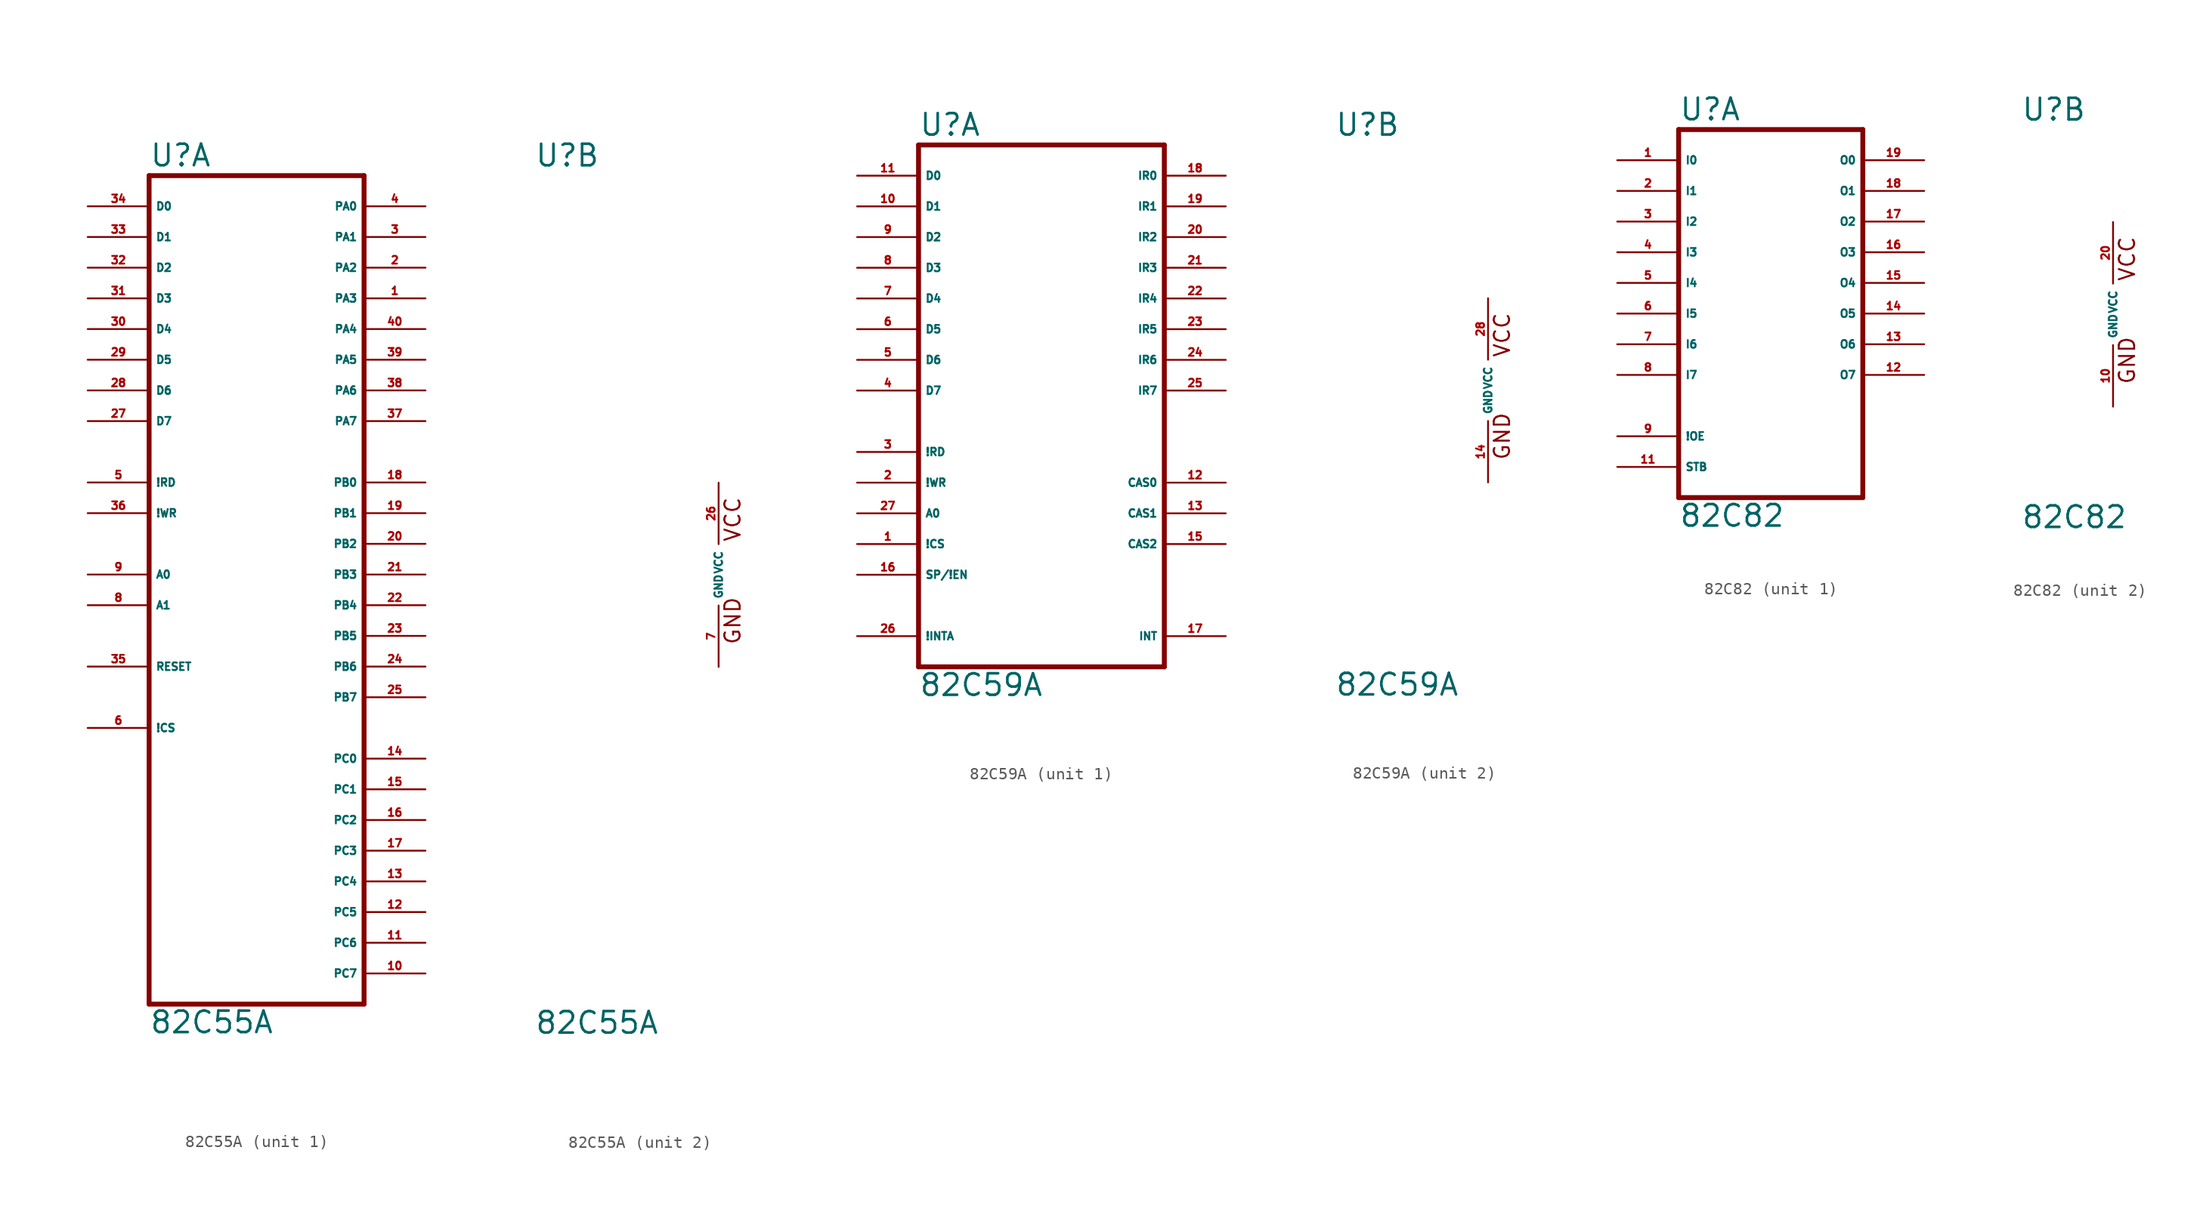
<source format=kicad_sym>
(kicad_symbol_lib
  (version 20220914)
  (generator Eagle2Kicad)
  (symbol "82C55A"
    (property "Reference" "U"
      (at -15.24 33.655 0)
      (effects (font (size 1.778 1.778) (thickness 0.22)) (justify left bottom)))
    (property "Value" "82C55A"
      (at -15.24 -38.1 0)
      (effects (font (size 1.778 1.778) (thickness 0.22)) (justify left bottom)))
    (symbol "82C55A_1_0"
      (polyline (pts (xy -15.24 -35.56) (xy 2.54 -35.56)) (stroke (width 0.406) (type default)) (fill (type none)))
      (polyline (pts (xy 2.54 -35.56) (xy 2.54 33.02)) (stroke (width 0.406) (type default)) (fill (type none)))
      (polyline (pts (xy 2.54 33.02) (xy -15.24 33.02)) (stroke (width 0.406) (type default)) (fill (type none)))
      (polyline (pts (xy -15.24 33.02) (xy -15.24 -35.56)) (stroke (width 0.406) (type default)) (fill (type none)))
      (pin bidirectional line (at 7.62 22.86 180) (length 5.08) (name "PA3" (effects (font (size 0.635 0.635) (thickness 0.08)) (justify left bottom))) (number "1" (effects (font (size 0.635 0.635) (thickness 0.08)) (justify left bottom))))
      (pin bidirectional line (at 7.62 25.4 180) (length 5.08) (name "PA2" (effects (font (size 0.635 0.635) (thickness 0.08)) (justify left bottom))) (number "2" (effects (font (size 0.635 0.635) (thickness 0.08)) (justify left bottom))))
      (pin bidirectional line (at 7.62 27.94 180) (length 5.08) (name "PA1" (effects (font (size 0.635 0.635) (thickness 0.08)) (justify left bottom))) (number "3" (effects (font (size 0.635 0.635) (thickness 0.08)) (justify left bottom))))
      (pin bidirectional line (at 7.62 30.48 180) (length 5.08) (name "PA0" (effects (font (size 0.635 0.635) (thickness 0.08)) (justify left bottom))) (number "4" (effects (font (size 0.635 0.635) (thickness 0.08)) (justify left bottom))))
      (pin input line (at -20.32 7.62 0) (length 5.08) (name "!RD" (effects (font (size 0.635 0.635) (thickness 0.08)) (justify left bottom))) (number "5" (effects (font (size 0.635 0.635) (thickness 0.08)) (justify left bottom))))
      (pin input line (at -20.32 -12.7 0) (length 5.08) (name "!CS" (effects (font (size 0.635 0.635) (thickness 0.08)) (justify left bottom))) (number "6" (effects (font (size 0.635 0.635) (thickness 0.08)) (justify left bottom))))
      (pin input line (at -20.32 -2.54 0) (length 5.08) (name "A1" (effects (font (size 0.635 0.635) (thickness 0.08)) (justify left bottom))) (number "8" (effects (font (size 0.635 0.635) (thickness 0.08)) (justify left bottom))))
      (pin input line (at -20.32 0 0) (length 5.08) (name "A0" (effects (font (size 0.635 0.635) (thickness 0.08)) (justify left bottom))) (number "9" (effects (font (size 0.635 0.635) (thickness 0.08)) (justify left bottom))))
      (pin bidirectional line (at 7.62 -33.02 180) (length 5.08) (name "PC7" (effects (font (size 0.635 0.635) (thickness 0.08)) (justify left bottom))) (number "10" (effects (font (size 0.635 0.635) (thickness 0.08)) (justify left bottom))))
      (pin bidirectional line (at 7.62 -30.48 180) (length 5.08) (name "PC6" (effects (font (size 0.635 0.635) (thickness 0.08)) (justify left bottom))) (number "11" (effects (font (size 0.635 0.635) (thickness 0.08)) (justify left bottom))))
      (pin bidirectional line (at 7.62 -27.94 180) (length 5.08) (name "PC5" (effects (font (size 0.635 0.635) (thickness 0.08)) (justify left bottom))) (number "12" (effects (font (size 0.635 0.635) (thickness 0.08)) (justify left bottom))))
      (pin bidirectional line (at 7.62 -25.4 180) (length 5.08) (name "PC4" (effects (font (size 0.635 0.635) (thickness 0.08)) (justify left bottom))) (number "13" (effects (font (size 0.635 0.635) (thickness 0.08)) (justify left bottom))))
      (pin bidirectional line (at 7.62 -15.24 180) (length 5.08) (name "PC0" (effects (font (size 0.635 0.635) (thickness 0.08)) (justify left bottom))) (number "14" (effects (font (size 0.635 0.635) (thickness 0.08)) (justify left bottom))))
      (pin bidirectional line (at 7.62 -17.78 180) (length 5.08) (name "PC1" (effects (font (size 0.635 0.635) (thickness 0.08)) (justify left bottom))) (number "15" (effects (font (size 0.635 0.635) (thickness 0.08)) (justify left bottom))))
      (pin bidirectional line (at 7.62 -20.32 180) (length 5.08) (name "PC2" (effects (font (size 0.635 0.635) (thickness 0.08)) (justify left bottom))) (number "16" (effects (font (size 0.635 0.635) (thickness 0.08)) (justify left bottom))))
      (pin bidirectional line (at 7.62 -22.86 180) (length 5.08) (name "PC3" (effects (font (size 0.635 0.635) (thickness 0.08)) (justify left bottom))) (number "17" (effects (font (size 0.635 0.635) (thickness 0.08)) (justify left bottom))))
      (pin bidirectional line (at 7.62 7.62 180) (length 5.08) (name "PB0" (effects (font (size 0.635 0.635) (thickness 0.08)) (justify left bottom))) (number "18" (effects (font (size 0.635 0.635) (thickness 0.08)) (justify left bottom))))
      (pin bidirectional line (at 7.62 5.08 180) (length 5.08) (name "PB1" (effects (font (size 0.635 0.635) (thickness 0.08)) (justify left bottom))) (number "19" (effects (font (size 0.635 0.635) (thickness 0.08)) (justify left bottom))))
      (pin bidirectional line (at 7.62 2.54 180) (length 5.08) (name "PB2" (effects (font (size 0.635 0.635) (thickness 0.08)) (justify left bottom))) (number "20" (effects (font (size 0.635 0.635) (thickness 0.08)) (justify left bottom))))
      (pin bidirectional line (at 7.62 0 180) (length 5.08) (name "PB3" (effects (font (size 0.635 0.635) (thickness 0.08)) (justify left bottom))) (number "21" (effects (font (size 0.635 0.635) (thickness 0.08)) (justify left bottom))))
      (pin bidirectional line (at 7.62 -2.54 180) (length 5.08) (name "PB4" (effects (font (size 0.635 0.635) (thickness 0.08)) (justify left bottom))) (number "22" (effects (font (size 0.635 0.635) (thickness 0.08)) (justify left bottom))))
      (pin bidirectional line (at 7.62 -5.08 180) (length 5.08) (name "PB5" (effects (font (size 0.635 0.635) (thickness 0.08)) (justify left bottom))) (number "23" (effects (font (size 0.635 0.635) (thickness 0.08)) (justify left bottom))))
      (pin bidirectional line (at 7.62 -7.62 180) (length 5.08) (name "PB6" (effects (font (size 0.635 0.635) (thickness 0.08)) (justify left bottom))) (number "24" (effects (font (size 0.635 0.635) (thickness 0.08)) (justify left bottom))))
      (pin bidirectional line (at 7.62 -10.16 180) (length 5.08) (name "PB7" (effects (font (size 0.635 0.635) (thickness 0.08)) (justify left bottom))) (number "25" (effects (font (size 0.635 0.635) (thickness 0.08)) (justify left bottom))))
      (pin bidirectional line (at -20.32 12.7 0) (length 5.08) (name "D7" (effects (font (size 0.635 0.635) (thickness 0.08)) (justify left bottom))) (number "27" (effects (font (size 0.635 0.635) (thickness 0.08)) (justify left bottom))))
      (pin bidirectional line (at -20.32 15.24 0) (length 5.08) (name "D6" (effects (font (size 0.635 0.635) (thickness 0.08)) (justify left bottom))) (number "28" (effects (font (size 0.635 0.635) (thickness 0.08)) (justify left bottom))))
      (pin bidirectional line (at -20.32 17.78 0) (length 5.08) (name "D5" (effects (font (size 0.635 0.635) (thickness 0.08)) (justify left bottom))) (number "29" (effects (font (size 0.635 0.635) (thickness 0.08)) (justify left bottom))))
      (pin bidirectional line (at -20.32 20.32 0) (length 5.08) (name "D4" (effects (font (size 0.635 0.635) (thickness 0.08)) (justify left bottom))) (number "30" (effects (font (size 0.635 0.635) (thickness 0.08)) (justify left bottom))))
      (pin bidirectional line (at -20.32 22.86 0) (length 5.08) (name "D3" (effects (font (size 0.635 0.635) (thickness 0.08)) (justify left bottom))) (number "31" (effects (font (size 0.635 0.635) (thickness 0.08)) (justify left bottom))))
      (pin bidirectional line (at -20.32 25.4 0) (length 5.08) (name "D2" (effects (font (size 0.635 0.635) (thickness 0.08)) (justify left bottom))) (number "32" (effects (font (size 0.635 0.635) (thickness 0.08)) (justify left bottom))))
      (pin bidirectional line (at -20.32 27.94 0) (length 5.08) (name "D1" (effects (font (size 0.635 0.635) (thickness 0.08)) (justify left bottom))) (number "33" (effects (font (size 0.635 0.635) (thickness 0.08)) (justify left bottom))))
      (pin bidirectional line (at -20.32 30.48 0) (length 5.08) (name "D0" (effects (font (size 0.635 0.635) (thickness 0.08)) (justify left bottom))) (number "34" (effects (font (size 0.635 0.635) (thickness 0.08)) (justify left bottom))))
      (pin input line (at -20.32 -7.62 0) (length 5.08) (name "RESET" (effects (font (size 0.635 0.635) (thickness 0.08)) (justify left bottom))) (number "35" (effects (font (size 0.635 0.635) (thickness 0.08)) (justify left bottom))))
      (pin input line (at -20.32 5.08 0) (length 5.08) (name "!WR" (effects (font (size 0.635 0.635) (thickness 0.08)) (justify left bottom))) (number "36" (effects (font (size 0.635 0.635) (thickness 0.08)) (justify left bottom))))
      (pin bidirectional line (at 7.62 12.7 180) (length 5.08) (name "PA7" (effects (font (size 0.635 0.635) (thickness 0.08)) (justify left bottom))) (number "37" (effects (font (size 0.635 0.635) (thickness 0.08)) (justify left bottom))))
      (pin bidirectional line (at 7.62 15.24 180) (length 5.08) (name "PA6" (effects (font (size 0.635 0.635) (thickness 0.08)) (justify left bottom))) (number "38" (effects (font (size 0.635 0.635) (thickness 0.08)) (justify left bottom))))
      (pin bidirectional line (at 7.62 17.78 180) (length 5.08) (name "PA5" (effects (font (size 0.635 0.635) (thickness 0.08)) (justify left bottom))) (number "39" (effects (font (size 0.635 0.635) (thickness 0.08)) (justify left bottom))))
      (pin bidirectional line (at 7.62 20.32 180) (length 5.08) (name "PA4" (effects (font (size 0.635 0.635) (thickness 0.08)) (justify left bottom))) (number "40" (effects (font (size 0.635 0.635) (thickness 0.08)) (justify left bottom)))))
    (symbol "82C55A_2_0"
      (text "GND" (at 1.905 -5.842 900) (effects (font (size 1.27 1.27) (thickness 0.16)) (justify left bottom)))
      (text "VCC" (at 1.905 2.667 900) (effects (font (size 1.27 1.27) (thickness 0.16)) (justify left bottom)))
      (pin unspecified line (at 0 -7.62 90) (length 5.08) (name "GND" (effects (font (size 0.635 0.635) (thickness 0.08)) (justify left bottom))) (number "7" (effects (font (size 0.635 0.635) (thickness 0.08)) (justify left bottom))))
      (pin unspecified line (at 0 7.62 270) (length 5.08) (name "VCC" (effects (font (size 0.635 0.635) (thickness 0.08)) (justify left bottom))) (number "26" (effects (font (size 0.635 0.635) (thickness 0.08)) (justify left bottom))))))
  (symbol "82C59A"
    (property "Reference" "U"
      (at -12.7 20.955 0)
      (effects (font (size 1.778 1.778) (thickness 0.22)) (justify left bottom)))
    (property "Value" "82C59A"
      (at -12.7 -25.4 0)
      (effects (font (size 1.778 1.778) (thickness 0.22)) (justify left bottom)))
    (symbol "82C59A_1_0"
      (polyline (pts (xy -12.7 -22.86) (xy 7.62 -22.86)) (stroke (width 0.406) (type default)) (fill (type none)))
      (polyline (pts (xy 7.62 -22.86) (xy 7.62 20.32)) (stroke (width 0.406) (type default)) (fill (type none)))
      (polyline (pts (xy 7.62 20.32) (xy -12.7 20.32)) (stroke (width 0.406) (type default)) (fill (type none)))
      (polyline (pts (xy -12.7 20.32) (xy -12.7 -22.86)) (stroke (width 0.406) (type default)) (fill (type none)))
      (pin input line (at -17.78 -12.7 0) (length 5.08) (name "!CS" (effects (font (size 0.635 0.635) (thickness 0.08)) (justify left bottom))) (number "1" (effects (font (size 0.635 0.635) (thickness 0.08)) (justify left bottom))))
      (pin input line (at -17.78 -7.62 0) (length 5.08) (name "!WR" (effects (font (size 0.635 0.635) (thickness 0.08)) (justify left bottom))) (number "2" (effects (font (size 0.635 0.635) (thickness 0.08)) (justify left bottom))))
      (pin input line (at -17.78 -5.08 0) (length 5.08) (name "!RD" (effects (font (size 0.635 0.635) (thickness 0.08)) (justify left bottom))) (number "3" (effects (font (size 0.635 0.635) (thickness 0.08)) (justify left bottom))))
      (pin bidirectional line (at -17.78 0 0) (length 5.08) (name "D7" (effects (font (size 0.635 0.635) (thickness 0.08)) (justify left bottom))) (number "4" (effects (font (size 0.635 0.635) (thickness 0.08)) (justify left bottom))))
      (pin bidirectional line (at -17.78 2.54 0) (length 5.08) (name "D6" (effects (font (size 0.635 0.635) (thickness 0.08)) (justify left bottom))) (number "5" (effects (font (size 0.635 0.635) (thickness 0.08)) (justify left bottom))))
      (pin bidirectional line (at -17.78 5.08 0) (length 5.08) (name "D5" (effects (font (size 0.635 0.635) (thickness 0.08)) (justify left bottom))) (number "6" (effects (font (size 0.635 0.635) (thickness 0.08)) (justify left bottom))))
      (pin bidirectional line (at -17.78 7.62 0) (length 5.08) (name "D4" (effects (font (size 0.635 0.635) (thickness 0.08)) (justify left bottom))) (number "7" (effects (font (size 0.635 0.635) (thickness 0.08)) (justify left bottom))))
      (pin bidirectional line (at -17.78 10.16 0) (length 5.08) (name "D3" (effects (font (size 0.635 0.635) (thickness 0.08)) (justify left bottom))) (number "8" (effects (font (size 0.635 0.635) (thickness 0.08)) (justify left bottom))))
      (pin bidirectional line (at -17.78 12.7 0) (length 5.08) (name "D2" (effects (font (size 0.635 0.635) (thickness 0.08)) (justify left bottom))) (number "9" (effects (font (size 0.635 0.635) (thickness 0.08)) (justify left bottom))))
      (pin bidirectional line (at -17.78 15.24 0) (length 5.08) (name "D1" (effects (font (size 0.635 0.635) (thickness 0.08)) (justify left bottom))) (number "10" (effects (font (size 0.635 0.635) (thickness 0.08)) (justify left bottom))))
      (pin bidirectional line (at -17.78 17.78 0) (length 5.08) (name "D0" (effects (font (size 0.635 0.635) (thickness 0.08)) (justify left bottom))) (number "11" (effects (font (size 0.635 0.635) (thickness 0.08)) (justify left bottom))))
      (pin bidirectional line (at 12.7 -7.62 180) (length 5.08) (name "CAS0" (effects (font (size 0.635 0.635) (thickness 0.08)) (justify left bottom))) (number "12" (effects (font (size 0.635 0.635) (thickness 0.08)) (justify left bottom))))
      (pin bidirectional line (at 12.7 -10.16 180) (length 5.08) (name "CAS1" (effects (font (size 0.635 0.635) (thickness 0.08)) (justify left bottom))) (number "13" (effects (font (size 0.635 0.635) (thickness 0.08)) (justify left bottom))))
      (pin bidirectional line (at 12.7 -12.7 180) (length 5.08) (name "CAS2" (effects (font (size 0.635 0.635) (thickness 0.08)) (justify left bottom))) (number "15" (effects (font (size 0.635 0.635) (thickness 0.08)) (justify left bottom))))
      (pin bidirectional line (at -17.78 -15.24 0) (length 5.08) (name "SP/!EN" (effects (font (size 0.635 0.635) (thickness 0.08)) (justify left bottom))) (number "16" (effects (font (size 0.635 0.635) (thickness 0.08)) (justify left bottom))))
      (pin output line (at 12.7 -20.32 180) (length 5.08) (name "INT" (effects (font (size 0.635 0.635) (thickness 0.08)) (justify left bottom))) (number "17" (effects (font (size 0.635 0.635) (thickness 0.08)) (justify left bottom))))
      (pin input line (at 12.7 17.78 180) (length 5.08) (name "IR0" (effects (font (size 0.635 0.635) (thickness 0.08)) (justify left bottom))) (number "18" (effects (font (size 0.635 0.635) (thickness 0.08)) (justify left bottom))))
      (pin input line (at 12.7 15.24 180) (length 5.08) (name "IR1" (effects (font (size 0.635 0.635) (thickness 0.08)) (justify left bottom))) (number "19" (effects (font (size 0.635 0.635) (thickness 0.08)) (justify left bottom))))
      (pin input line (at 12.7 12.7 180) (length 5.08) (name "IR2" (effects (font (size 0.635 0.635) (thickness 0.08)) (justify left bottom))) (number "20" (effects (font (size 0.635 0.635) (thickness 0.08)) (justify left bottom))))
      (pin input line (at 12.7 10.16 180) (length 5.08) (name "IR3" (effects (font (size 0.635 0.635) (thickness 0.08)) (justify left bottom))) (number "21" (effects (font (size 0.635 0.635) (thickness 0.08)) (justify left bottom))))
      (pin input line (at 12.7 7.62 180) (length 5.08) (name "IR4" (effects (font (size 0.635 0.635) (thickness 0.08)) (justify left bottom))) (number "22" (effects (font (size 0.635 0.635) (thickness 0.08)) (justify left bottom))))
      (pin input line (at 12.7 5.08 180) (length 5.08) (name "IR5" (effects (font (size 0.635 0.635) (thickness 0.08)) (justify left bottom))) (number "23" (effects (font (size 0.635 0.635) (thickness 0.08)) (justify left bottom))))
      (pin input line (at 12.7 2.54 180) (length 5.08) (name "IR6" (effects (font (size 0.635 0.635) (thickness 0.08)) (justify left bottom))) (number "24" (effects (font (size 0.635 0.635) (thickness 0.08)) (justify left bottom))))
      (pin input line (at 12.7 0 180) (length 5.08) (name "IR7" (effects (font (size 0.635 0.635) (thickness 0.08)) (justify left bottom))) (number "25" (effects (font (size 0.635 0.635) (thickness 0.08)) (justify left bottom))))
      (pin input line (at -17.78 -20.32 0) (length 5.08) (name "!INTA" (effects (font (size 0.635 0.635) (thickness 0.08)) (justify left bottom))) (number "26" (effects (font (size 0.635 0.635) (thickness 0.08)) (justify left bottom))))
      (pin input line (at -17.78 -10.16 0) (length 5.08) (name "A0" (effects (font (size 0.635 0.635) (thickness 0.08)) (justify left bottom))) (number "27" (effects (font (size 0.635 0.635) (thickness 0.08)) (justify left bottom)))))
    (symbol "82C59A_2_0"
      (text "GND" (at 1.905 -5.842 900) (effects (font (size 1.27 1.27) (thickness 0.16)) (justify left bottom)))
      (text "VCC" (at 1.905 2.667 900) (effects (font (size 1.27 1.27) (thickness 0.16)) (justify left bottom)))
      (pin unspecified line (at 0 -7.62 90) (length 5.08) (name "GND" (effects (font (size 0.635 0.635) (thickness 0.08)) (justify left bottom))) (number "14" (effects (font (size 0.635 0.635) (thickness 0.08)) (justify left bottom))))
      (pin unspecified line (at 0 7.62 270) (length 5.08) (name "VCC" (effects (font (size 0.635 0.635) (thickness 0.08)) (justify left bottom))) (number "28" (effects (font (size 0.635 0.635) (thickness 0.08)) (justify left bottom))))))
  (symbol "82C82"
    (property "Reference" "U"
      (at -7.62 15.875 0)
      (effects (font (size 1.778 1.778) (thickness 0.22)) (justify left bottom)))
    (property "Value" "82C82"
      (at -7.62 -17.78 0)
      (effects (font (size 1.778 1.778) (thickness 0.22)) (justify left bottom)))
    (symbol "82C82_1_0"
      (polyline (pts (xy -7.62 -15.24) (xy 7.62 -15.24)) (stroke (width 0.406) (type default)) (fill (type none)))
      (polyline (pts (xy 7.62 -15.24) (xy 7.62 15.24)) (stroke (width 0.406) (type default)) (fill (type none)))
      (polyline (pts (xy 7.62 15.24) (xy -7.62 15.24)) (stroke (width 0.406) (type default)) (fill (type none)))
      (polyline (pts (xy -7.62 15.24) (xy -7.62 -15.24)) (stroke (width 0.406) (type default)) (fill (type none)))
      (pin input line (at -12.7 12.7 0) (length 5.08) (name "I0" (effects (font (size 0.635 0.635) (thickness 0.08)) (justify left bottom))) (number "1" (effects (font (size 0.635 0.635) (thickness 0.08)) (justify left bottom))))
      (pin input line (at -12.7 10.16 0) (length 5.08) (name "I1" (effects (font (size 0.635 0.635) (thickness 0.08)) (justify left bottom))) (number "2" (effects (font (size 0.635 0.635) (thickness 0.08)) (justify left bottom))))
      (pin input line (at -12.7 7.62 0) (length 5.08) (name "I2" (effects (font (size 0.635 0.635) (thickness 0.08)) (justify left bottom))) (number "3" (effects (font (size 0.635 0.635) (thickness 0.08)) (justify left bottom))))
      (pin input line (at -12.7 5.08 0) (length 5.08) (name "I3" (effects (font (size 0.635 0.635) (thickness 0.08)) (justify left bottom))) (number "4" (effects (font (size 0.635 0.635) (thickness 0.08)) (justify left bottom))))
      (pin input line (at -12.7 2.54 0) (length 5.08) (name "I4" (effects (font (size 0.635 0.635) (thickness 0.08)) (justify left bottom))) (number "5" (effects (font (size 0.635 0.635) (thickness 0.08)) (justify left bottom))))
      (pin input line (at -12.7 0 0) (length 5.08) (name "I5" (effects (font (size 0.635 0.635) (thickness 0.08)) (justify left bottom))) (number "6" (effects (font (size 0.635 0.635) (thickness 0.08)) (justify left bottom))))
      (pin input line (at -12.7 -2.54 0) (length 5.08) (name "I6" (effects (font (size 0.635 0.635) (thickness 0.08)) (justify left bottom))) (number "7" (effects (font (size 0.635 0.635) (thickness 0.08)) (justify left bottom))))
      (pin input line (at -12.7 -5.08 0) (length 5.08) (name "I7" (effects (font (size 0.635 0.635) (thickness 0.08)) (justify left bottom))) (number "8" (effects (font (size 0.635 0.635) (thickness 0.08)) (justify left bottom))))
      (pin input line (at -12.7 -10.16 0) (length 5.08) (name "!OE" (effects (font (size 0.635 0.635) (thickness 0.08)) (justify left bottom))) (number "9" (effects (font (size 0.635 0.635) (thickness 0.08)) (justify left bottom))))
      (pin input line (at -12.7 -12.7 0) (length 5.08) (name "STB" (effects (font (size 0.635 0.635) (thickness 0.08)) (justify left bottom))) (number "11" (effects (font (size 0.635 0.635) (thickness 0.08)) (justify left bottom))))
      (pin output line (at 12.7 -5.08 180) (length 5.08) (name "O7" (effects (font (size 0.635 0.635) (thickness 0.08)) (justify left bottom))) (number "12" (effects (font (size 0.635 0.635) (thickness 0.08)) (justify left bottom))))
      (pin output line (at 12.7 -2.54 180) (length 5.08) (name "O6" (effects (font (size 0.635 0.635) (thickness 0.08)) (justify left bottom))) (number "13" (effects (font (size 0.635 0.635) (thickness 0.08)) (justify left bottom))))
      (pin output line (at 12.7 0 180) (length 5.08) (name "O5" (effects (font (size 0.635 0.635) (thickness 0.08)) (justify left bottom))) (number "14" (effects (font (size 0.635 0.635) (thickness 0.08)) (justify left bottom))))
      (pin output line (at 12.7 2.54 180) (length 5.08) (name "O4" (effects (font (size 0.635 0.635) (thickness 0.08)) (justify left bottom))) (number "15" (effects (font (size 0.635 0.635) (thickness 0.08)) (justify left bottom))))
      (pin output line (at 12.7 5.08 180) (length 5.08) (name "O3" (effects (font (size 0.635 0.635) (thickness 0.08)) (justify left bottom))) (number "16" (effects (font (size 0.635 0.635) (thickness 0.08)) (justify left bottom))))
      (pin output line (at 12.7 7.62 180) (length 5.08) (name "O2" (effects (font (size 0.635 0.635) (thickness 0.08)) (justify left bottom))) (number "17" (effects (font (size 0.635 0.635) (thickness 0.08)) (justify left bottom))))
      (pin output line (at 12.7 10.16 180) (length 5.08) (name "O1" (effects (font (size 0.635 0.635) (thickness 0.08)) (justify left bottom))) (number "18" (effects (font (size 0.635 0.635) (thickness 0.08)) (justify left bottom))))
      (pin output line (at 12.7 12.7 180) (length 5.08) (name "O0" (effects (font (size 0.635 0.635) (thickness 0.08)) (justify left bottom))) (number "19" (effects (font (size 0.635 0.635) (thickness 0.08)) (justify left bottom)))))
    (symbol "82C82_2_0"
      (text "GND" (at 1.905 -5.842 900) (effects (font (size 1.27 1.27) (thickness 0.16)) (justify left bottom)))
      (text "VCC" (at 1.905 2.667 900) (effects (font (size 1.27 1.27) (thickness 0.16)) (justify left bottom)))
      (pin unspecified line (at 0 -7.62 90) (length 5.08) (name "GND" (effects (font (size 0.635 0.635) (thickness 0.08)) (justify left bottom))) (number "10" (effects (font (size 0.635 0.635) (thickness 0.08)) (justify left bottom))))
      (pin unspecified line (at 0 7.62 270) (length 5.08) (name "VCC" (effects (font (size 0.635 0.635) (thickness 0.08)) (justify left bottom))) (number "20" (effects (font (size 0.635 0.635) (thickness 0.08)) (justify left bottom)))))))
</source>
